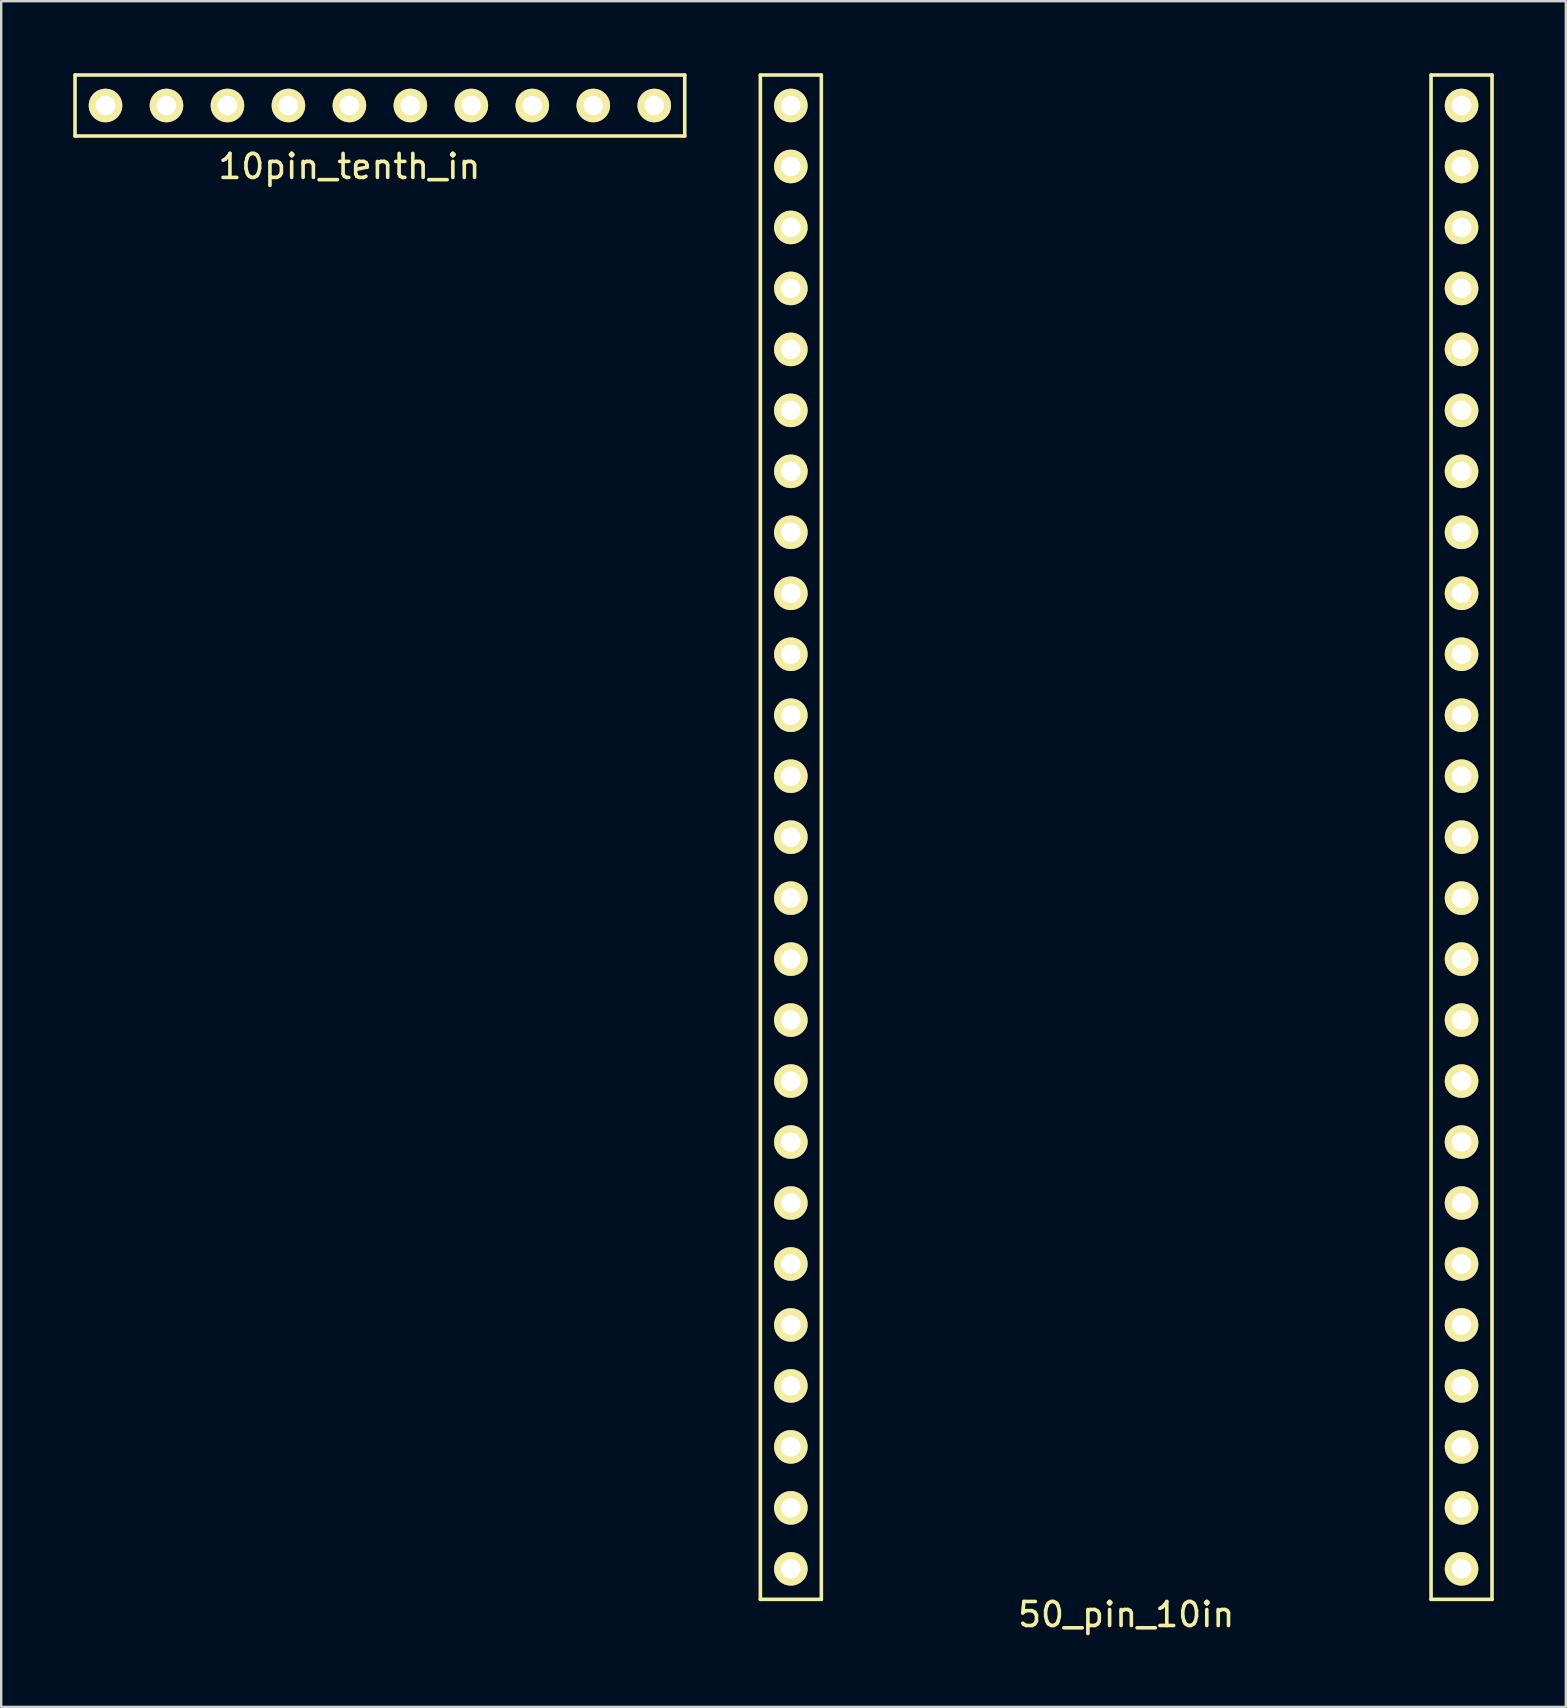
<source format=kicad_pcb>
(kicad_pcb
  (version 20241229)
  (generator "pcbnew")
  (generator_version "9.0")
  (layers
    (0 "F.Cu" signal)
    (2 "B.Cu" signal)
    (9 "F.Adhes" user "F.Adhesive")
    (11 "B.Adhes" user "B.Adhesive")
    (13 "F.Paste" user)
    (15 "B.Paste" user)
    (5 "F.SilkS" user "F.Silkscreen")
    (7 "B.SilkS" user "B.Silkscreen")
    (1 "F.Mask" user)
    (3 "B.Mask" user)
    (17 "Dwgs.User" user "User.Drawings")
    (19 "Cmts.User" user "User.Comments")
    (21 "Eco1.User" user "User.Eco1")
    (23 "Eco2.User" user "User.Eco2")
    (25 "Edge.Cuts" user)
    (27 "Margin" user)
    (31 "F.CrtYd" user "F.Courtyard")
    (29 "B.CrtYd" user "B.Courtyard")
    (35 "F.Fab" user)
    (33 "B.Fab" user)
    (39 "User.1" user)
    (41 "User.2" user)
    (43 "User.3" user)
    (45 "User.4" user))
  (footprint "50_pin_10in"
    (layer "F.Cu")
    (at 43.865 31.825)
    (property "Reference" "50_pin_10in" (at 0 32.385 0) (layer "F.SilkS") (effects (font (size 1 1) (thickness 0.15))))
    (attr through_hole)
    (fp_line (start -15.24 -31.75) (end -15.24 31.75) (stroke (width 0.15) (type solid)) (layer "F.SilkS"))
    (fp_line (start -15.24 -31.75) (end -12.7 -31.75) (stroke (width 0.15) (type solid)) (layer "F.SilkS"))
    (fp_line (start -15.24 31.75) (end -12.7 31.75) (stroke (width 0.15) (type solid)) (layer "F.SilkS"))
    (fp_line (start -12.7 31.75) (end -12.7 -31.75) (stroke (width 0.15) (type solid)) (layer "F.SilkS"))
    (fp_line (start 12.7 -31.75) (end 12.7 31.75) (stroke (width 0.15) (type solid)) (layer "F.SilkS"))
    (fp_line (start 12.7 -31.75) (end 15.24 -31.75) (stroke (width 0.15) (type solid)) (layer "F.SilkS"))
    (fp_line (start 12.7 31.75) (end 15.24 31.75) (stroke (width 0.15) (type solid)) (layer "F.SilkS"))
    (fp_line (start 15.24 31.75) (end 15.24 -31.75) (stroke (width 0.15) (type solid)) (layer "F.SilkS"))
    (pad "1" thru_hole circle (at -13.97 -30.48 270) (size 1.397 1.397) (drill 0.813) (layers "*.Cu" "*.Mask" "F.SilkS"))
    (pad "2" thru_hole circle (at 13.97 -30.48 270) (size 1.397 1.397) (drill 0.813) (layers "*.Cu" "*.Mask" "F.SilkS"))
    (pad "3" thru_hole circle (at -13.97 -27.94 270) (size 1.397 1.397) (drill 0.813) (layers "*.Cu" "*.Mask" "F.SilkS"))
    (pad "4" thru_hole circle (at 13.97 -27.94 270) (size 1.397 1.397) (drill 0.813) (layers "*.Cu" "*.Mask" "F.SilkS"))
    (pad "5" thru_hole circle (at -13.97 -25.4 270) (size 1.397 1.397) (drill 0.813) (layers "*.Cu" "*.Mask" "F.SilkS"))
    (pad "6" thru_hole circle (at 13.97 -25.4 270) (size 1.397 1.397) (drill 0.813) (layers "*.Cu" "*.Mask" "F.SilkS"))
    (pad "7" thru_hole circle (at -13.97 -22.86 270) (size 1.397 1.397) (drill 0.813) (layers "*.Cu" "*.Mask" "F.SilkS"))
    (pad "8" thru_hole circle (at 13.97 -22.86 270) (size 1.397 1.397) (drill 0.813) (layers "*.Cu" "*.Mask" "F.SilkS"))
    (pad "9" thru_hole circle (at -13.97 -20.32 270) (size 1.397 1.397) (drill 0.813) (layers "*.Cu" "*.Mask" "F.SilkS"))
    (pad "10" thru_hole circle (at 13.97 -20.32 270) (size 1.397 1.397) (drill 0.813) (layers "*.Cu" "*.Mask" "F.SilkS"))
    (pad "11" thru_hole circle (at -13.97 -17.78 270) (size 1.397 1.397) (drill 0.813) (layers "*.Cu" "*.Mask" "F.SilkS"))
    (pad "12" thru_hole circle (at 13.97 -17.78 270) (size 1.397 1.397) (drill 0.813) (layers "*.Cu" "*.Mask" "F.SilkS"))
    (pad "13" thru_hole circle (at -13.97 -15.24 270) (size 1.397 1.397) (drill 0.813) (layers "*.Cu" "*.Mask" "F.SilkS"))
    (pad "14" thru_hole circle (at 13.97 -15.24 270) (size 1.397 1.397) (drill 0.813) (layers "*.Cu" "*.Mask" "F.SilkS"))
    (pad "15" thru_hole circle (at -13.97 -12.7 270) (size 1.397 1.397) (drill 0.813) (layers "*.Cu" "*.Mask" "F.SilkS"))
    (pad "16" thru_hole circle (at 13.97 -12.7 270) (size 1.397 1.397) (drill 0.813) (layers "*.Cu" "*.Mask" "F.SilkS"))
    (pad "17" thru_hole circle (at -13.97 -10.16 270) (size 1.397 1.397) (drill 0.813) (layers "*.Cu" "*.Mask" "F.SilkS"))
    (pad "18" thru_hole circle (at 13.97 -10.16 270) (size 1.397 1.397) (drill 0.813) (layers "*.Cu" "*.Mask" "F.SilkS"))
    (pad "19" thru_hole circle (at -13.97 -7.62 270) (size 1.397 1.397) (drill 0.813) (layers "*.Cu" "*.Mask" "F.SilkS"))
    (pad "20" thru_hole circle (at 13.97 -7.62 270) (size 1.397 1.397) (drill 0.813) (layers "*.Cu" "*.Mask" "F.SilkS"))
    (pad "21" thru_hole circle (at -13.97 -5.08 270) (size 1.397 1.397) (drill 0.813) (layers "*.Cu" "*.Mask" "F.SilkS"))
    (pad "22" thru_hole circle (at 13.97 -5.08 270) (size 1.397 1.397) (drill 0.813) (layers "*.Cu" "*.Mask" "F.SilkS"))
    (pad "23" thru_hole circle (at -13.97 -2.54 270) (size 1.397 1.397) (drill 0.813) (layers "*.Cu" "*.Mask" "F.SilkS"))
    (pad "24" thru_hole circle (at 13.97 -2.54 270) (size 1.397 1.397) (drill 0.813) (layers "*.Cu" "*.Mask" "F.SilkS"))
    (pad "25" thru_hole circle (at -13.97 0 270) (size 1.397 1.397) (drill 0.813) (layers "*.Cu" "*.Mask" "F.SilkS"))
    (pad "26" thru_hole circle (at 13.97 0 270) (size 1.397 1.397) (drill 0.813) (layers "*.Cu" "*.Mask" "F.SilkS"))
    (pad "27" thru_hole circle (at -13.97 2.54 270) (size 1.397 1.397) (drill 0.813) (layers "*.Cu" "*.Mask" "F.SilkS"))
    (pad "28" thru_hole circle (at 13.97 2.54 270) (size 1.397 1.397) (drill 0.813) (layers "*.Cu" "*.Mask" "F.SilkS"))
    (pad "29" thru_hole circle (at -13.97 5.08 270) (size 1.397 1.397) (drill 0.813) (layers "*.Cu" "*.Mask" "F.SilkS"))
    (pad "30" thru_hole circle (at 13.97 5.08 270) (size 1.397 1.397) (drill 0.813) (layers "*.Cu" "*.Mask" "F.SilkS"))
    (pad "31" thru_hole circle (at -13.97 7.62 270) (size 1.397 1.397) (drill 0.813) (layers "*.Cu" "*.Mask" "F.SilkS"))
    (pad "32" thru_hole circle (at 13.97 7.62 270) (size 1.397 1.397) (drill 0.813) (layers "*.Cu" "*.Mask" "F.SilkS"))
    (pad "33" thru_hole circle (at -13.97 10.16 270) (size 1.397 1.397) (drill 0.813) (layers "*.Cu" "*.Mask" "F.SilkS"))
    (pad "34" thru_hole circle (at 13.97 10.16 270) (size 1.397 1.397) (drill 0.813) (layers "*.Cu" "*.Mask" "F.SilkS"))
    (pad "35" thru_hole circle (at -13.97 12.7 270) (size 1.397 1.397) (drill 0.813) (layers "*.Cu" "*.Mask" "F.SilkS"))
    (pad "36" thru_hole circle (at 13.97 12.7 270) (size 1.397 1.397) (drill 0.813) (layers "*.Cu" "*.Mask" "F.SilkS"))
    (pad "37" thru_hole circle (at -13.97 15.24 270) (size 1.397 1.397) (drill 0.813) (layers "*.Cu" "*.Mask" "F.SilkS"))
    (pad "38" thru_hole circle (at 13.97 15.24 270) (size 1.397 1.397) (drill 0.813) (layers "*.Cu" "*.Mask" "F.SilkS"))
    (pad "39" thru_hole circle (at -13.97 17.78 270) (size 1.397 1.397) (drill 0.813) (layers "*.Cu" "*.Mask" "F.SilkS"))
    (pad "40" thru_hole circle (at 13.97 17.78 270) (size 1.397 1.397) (drill 0.813) (layers "*.Cu" "*.Mask" "F.SilkS"))
    (pad "41" thru_hole circle (at -13.97 20.32 270) (size 1.397 1.397) (drill 0.813) (layers "*.Cu" "*.Mask" "F.SilkS"))
    (pad "42" thru_hole circle (at 13.97 20.32 270) (size 1.397 1.397) (drill 0.813) (layers "*.Cu" "*.Mask" "F.SilkS"))
    (pad "43" thru_hole circle (at -13.97 22.86 270) (size 1.397 1.397) (drill 0.813) (layers "*.Cu" "*.Mask" "F.SilkS"))
    (pad "44" thru_hole circle (at 13.97 22.86 270) (size 1.397 1.397) (drill 0.813) (layers "*.Cu" "*.Mask" "F.SilkS"))
    (pad "45" thru_hole circle (at -13.97 25.4 270) (size 1.397 1.397) (drill 0.813) (layers "*.Cu" "*.Mask" "F.SilkS"))
    (pad "46" thru_hole circle (at 13.97 25.4 270) (size 1.397 1.397) (drill 0.813) (layers "*.Cu" "*.Mask" "F.SilkS"))
    (pad "47" thru_hole circle (at -13.97 27.94 270) (size 1.397 1.397) (drill 0.813) (layers "*.Cu" "*.Mask" "F.SilkS"))
    (pad "48" thru_hole circle (at 13.97 27.94 270) (size 1.397 1.397) (drill 0.813) (layers "*.Cu" "*.Mask" "F.SilkS"))
    (pad "49" thru_hole circle (at -13.97 30.48 270) (size 1.397 1.397) (drill 0.813) (layers "*.Cu" "*.Mask" "F.SilkS"))
    (pad "50" thru_hole circle (at 13.97 30.48 270) (size 1.397 1.397) (drill 0.813) (layers "*.Cu" "*.Mask" "F.SilkS")))
  (footprint "10pin_tenth_in"
    (layer "F.Cu")
    (at 11.505 1.345)
    (property "Reference" "10pin_tenth_in" (at 0 2.54 0) (layer "F.SilkS") (effects (font (size 1 1) (thickness 0.15))))
    (attr through_hole)
    (fp_line (start -11.43 1.27) (end -11.43 -1.27) (stroke (width 0.15) (type solid)) (layer "F.SilkS"))
    (fp_line (start -11.43 1.27) (end 13.97 1.27) (stroke (width 0.15) (type solid)) (layer "F.SilkS"))
    (fp_line (start 13.97 -1.27) (end -11.43 -1.27) (stroke (width 0.15) (type solid)) (layer "F.SilkS"))
    (fp_line (start 13.97 1.27) (end 13.97 -1.27) (stroke (width 0.15) (type solid)) (layer "F.SilkS"))
    (pad "1" thru_hole circle (at -10.16 0) (size 1.397 1.397) (drill 0.813) (layers "*.Cu" "*.Mask" "F.SilkS"))
    (pad "2" thru_hole circle (at -7.62 0) (size 1.397 1.397) (drill 0.813) (layers "*.Cu" "*.Mask" "F.SilkS"))
    (pad "3" thru_hole circle (at -5.08 0) (size 1.397 1.397) (drill 0.813) (layers "*.Cu" "*.Mask" "F.SilkS"))
    (pad "4" thru_hole circle (at -2.54 0) (size 1.397 1.397) (drill 0.813) (layers "*.Cu" "*.Mask" "F.SilkS"))
    (pad "5" thru_hole circle (at 0 0) (size 1.397 1.397) (drill 0.813) (layers "*.Cu" "*.Mask" "F.SilkS"))
    (pad "6" thru_hole circle (at 2.54 0) (size 1.397 1.397) (drill 0.813) (layers "*.Cu" "*.Mask" "F.SilkS"))
    (pad "7" thru_hole circle (at 5.08 0) (size 1.397 1.397) (drill 0.813) (layers "*.Cu" "*.Mask" "F.SilkS"))
    (pad "8" thru_hole circle (at 7.62 0) (size 1.397 1.397) (drill 0.813) (layers "*.Cu" "*.Mask" "F.SilkS"))
    (pad "9" thru_hole circle (at 10.16 0) (size 1.397 1.397) (drill 0.813) (layers "*.Cu" "*.Mask" "F.SilkS"))
    (pad "10" thru_hole circle (at 12.7 0) (size 1.397 1.397) (drill 0.813) (layers "*.Cu" "*.Mask" "F.SilkS")))
  (gr_rect
    (start -3 -3)
    (end 62.18 68.058)
    (stroke (width 0.1) (type default))
    (fill no)
    (layer "Edge.Cuts")))
</source>
